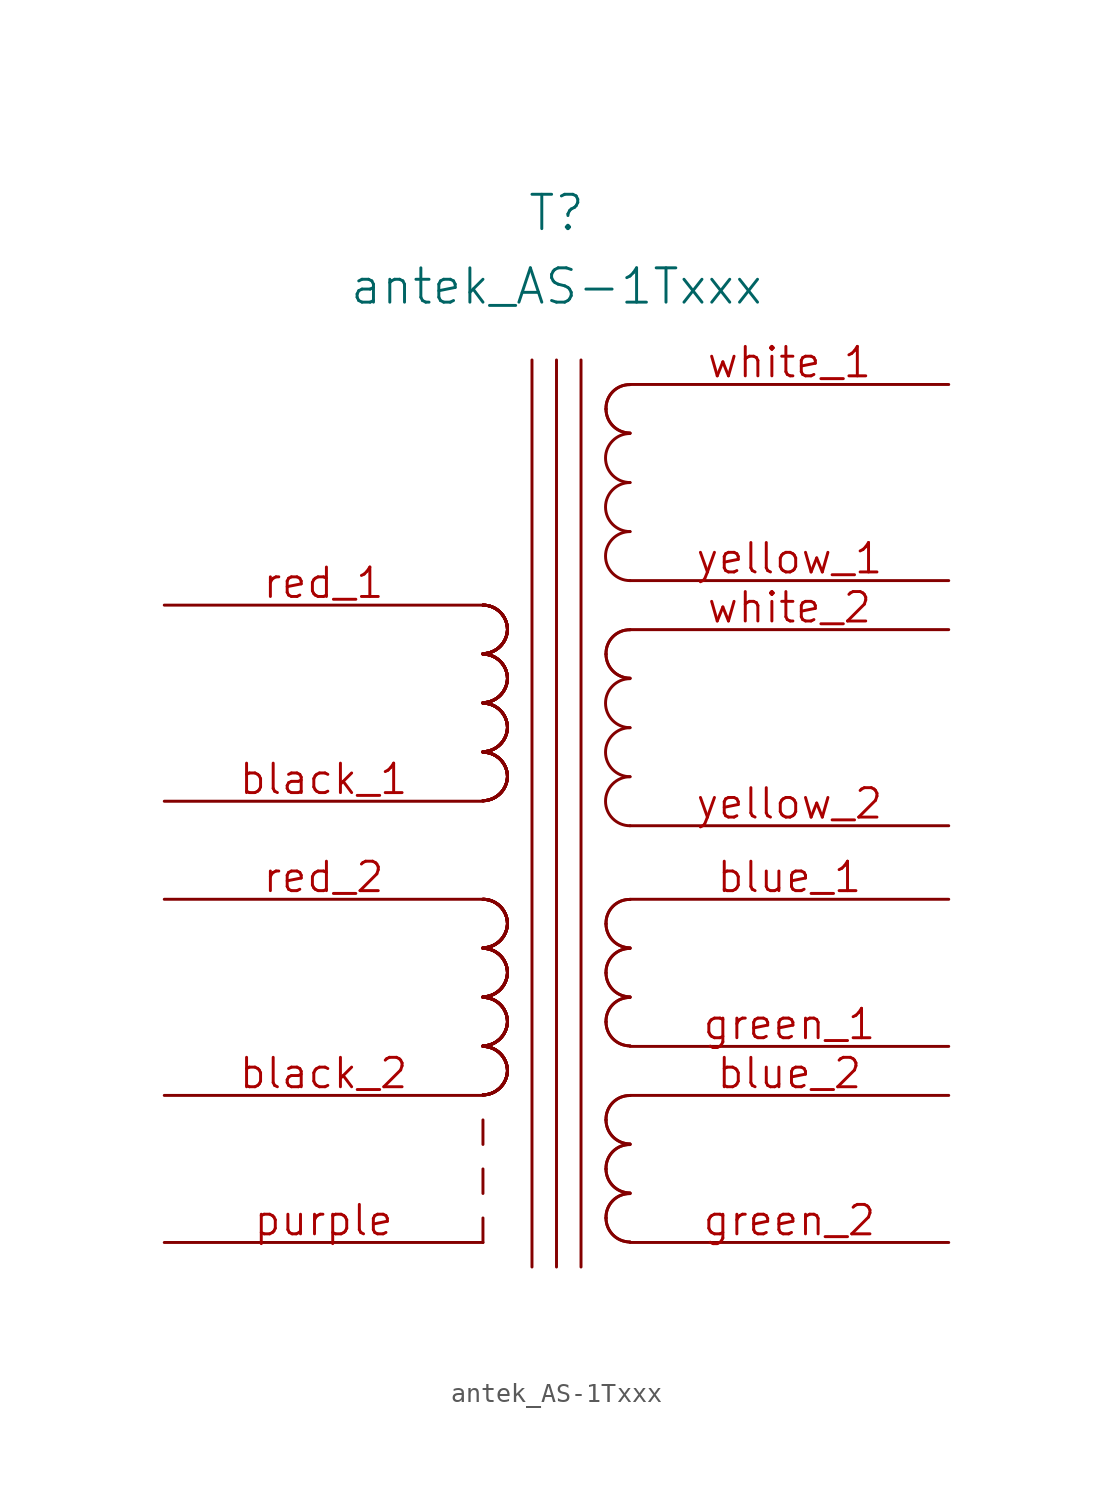
<source format=kicad_sym>
(kicad_symbol_lib
  (version 20211014)
  (generator kicad_symbol_editor)
  (symbol "antek_AS-1Txxx"
    (pin_names
      (offset 1.016) hide)
    (property "Reference" "T"
      (at 0 36.83 0)
      (effects (font (size 1.778 1.778))))
    (property "Value" "antek_AS-1Txxx"
      (at 0 33.02 0)
      (effects (font (size 1.778 1.778))))
    (property "Footprint" ""
      (at -0.635 1.905 0)
      (effects (font (size 1.524 1.524))))
    (property "Datasheet" ""
      (at -0.635 1.905 0)
      (effects (font (size 1.524 1.524))))
    (symbol "antek_AS-1Txxx_0_1"
      (arc (start -3.81 6.3754) (mid -2.9261 6.7437) (end -2.54 7.62) (stroke (width 0) (type default) (color 0 0 0 0)) (fill (type none)))
      (arc (start -3.81 6.3754) (mid -2.9261 6.7437) (end -2.54 7.62) (stroke (width 0) (type default) (color 0 0 0 0)) (fill (type none)))
      (arc (start -3.81 6.3754) (mid -2.9261 6.7437) (end -2.54 7.62) (stroke (width 0) (type default) (color 0 0 0 0)) (fill (type none)))
      (arc (start -3.81 6.3754) (mid -2.9261 6.7437) (end -2.54 7.62) (stroke (width 0) (type default) (color 0 0 0 0)) (fill (type none)))
      (arc (start -3.81 6.3754) (mid -2.9261 6.7437) (end -2.54 7.62) (stroke (width 0) (type default) (color 0 0 0 0)) (fill (type none)))
      (arc (start -3.81 6.3754) (mid -2.9261 6.7437) (end -2.54 7.62) (stroke (width 0) (type default) (color 0 0 0 0)) (fill (type none)))
      (arc (start -3.81 6.3754) (mid -2.9261 6.7437) (end -2.54 7.62) (stroke (width 0) (type default) (color 0 0 0 0)) (fill (type none)))
      (arc (start -3.81 6.3754) (mid -2.9261 6.7437) (end -2.54 7.62) (stroke (width 0) (type default) (color 0 0 0 0)) (fill (type none)))
      (arc (start -3.81 8.9154) (mid -2.9261 9.2837) (end -2.54 10.16) (stroke (width 0) (type default) (color 0 0 0 0)) (fill (type none)))
      (arc (start -3.81 8.9154) (mid -2.9261 9.2837) (end -2.54 10.16) (stroke (width 0) (type default) (color 0 0 0 0)) (fill (type none)))
      (arc (start -3.81 8.9154) (mid -2.9261 9.2837) (end -2.54 10.16) (stroke (width 0) (type default) (color 0 0 0 0)) (fill (type none)))
      (arc (start -3.81 8.9154) (mid -2.9261 9.2837) (end -2.54 10.16) (stroke (width 0) (type default) (color 0 0 0 0)) (fill (type none)))
      (arc (start -3.81 8.9154) (mid -2.9261 9.2837) (end -2.54 10.16) (stroke (width 0) (type default) (color 0 0 0 0)) (fill (type none)))
      (arc (start -3.81 8.9154) (mid -2.9261 9.2837) (end -2.54 10.16) (stroke (width 0) (type default) (color 0 0 0 0)) (fill (type none)))
      (arc (start -3.81 8.9154) (mid -2.9261 9.2837) (end -2.54 10.16) (stroke (width 0) (type default) (color 0 0 0 0)) (fill (type none)))
      (arc (start -3.81 8.9154) (mid -2.9261 9.2837) (end -2.54 10.16) (stroke (width 0) (type default) (color 0 0 0 0)) (fill (type none)))
      (arc (start -3.81 11.4554) (mid -2.9261 11.8237) (end -2.54 12.7) (stroke (width 0) (type default) (color 0 0 0 0)) (fill (type none)))
      (arc (start -3.81 11.4554) (mid -2.9261 11.8237) (end -2.54 12.7) (stroke (width 0) (type default) (color 0 0 0 0)) (fill (type none)))
      (arc (start -3.81 11.4554) (mid -2.9261 11.8237) (end -2.54 12.7) (stroke (width 0) (type default) (color 0 0 0 0)) (fill (type none)))
      (arc (start -3.81 11.4554) (mid -2.9261 11.8237) (end -2.54 12.7) (stroke (width 0) (type default) (color 0 0 0 0)) (fill (type none)))
      (arc (start -3.81 11.4554) (mid -2.9261 11.8237) (end -2.54 12.7) (stroke (width 0) (type default) (color 0 0 0 0)) (fill (type none)))
      (arc (start -3.81 11.4554) (mid -2.9261 11.8237) (end -2.54 12.7) (stroke (width 0) (type default) (color 0 0 0 0)) (fill (type none)))
      (arc (start -3.81 11.4554) (mid -2.9261 11.8237) (end -2.54 12.7) (stroke (width 0) (type default) (color 0 0 0 0)) (fill (type none)))
      (arc (start -3.81 11.4554) (mid -2.9261 11.8237) (end -2.54 12.7) (stroke (width 0) (type default) (color 0 0 0 0)) (fill (type none)))
      (arc (start -3.81 13.9954) (mid -2.9261 14.3637) (end -2.54 15.24) (stroke (width 0) (type default) (color 0 0 0 0)) (fill (type none)))
      (arc (start -3.81 13.9954) (mid -2.9261 14.3637) (end -2.54 15.24) (stroke (width 0) (type default) (color 0 0 0 0)) (fill (type none)))
      (arc (start -3.81 13.9954) (mid -2.9261 14.3637) (end -2.54 15.24) (stroke (width 0) (type default) (color 0 0 0 0)) (fill (type none)))
      (arc (start -3.81 13.9954) (mid -2.9261 14.3637) (end -2.54 15.24) (stroke (width 0) (type default) (color 0 0 0 0)) (fill (type none)))
      (arc (start -3.81 13.9954) (mid -2.9261 14.3637) (end -2.54 15.24) (stroke (width 0) (type default) (color 0 0 0 0)) (fill (type none)))
      (arc (start -3.81 13.9954) (mid -2.9261 14.3637) (end -2.54 15.24) (stroke (width 0) (type default) (color 0 0 0 0)) (fill (type none)))
      (arc (start -3.81 13.9954) (mid -2.9261 14.3637) (end -2.54 15.24) (stroke (width 0) (type default) (color 0 0 0 0)) (fill (type none)))
      (arc (start -3.81 13.9954) (mid -2.9261 14.3637) (end -2.54 15.24) (stroke (width 0) (type default) (color 0 0 0 0)) (fill (type none)))
      (arc (start -2.54 7.62) (mid -2.912 8.518) (end -3.81 8.89) (stroke (width 0) (type default) (color 0 0 0 0)) (fill (type none)))
      (arc (start -2.54 7.62) (mid -2.912 8.518) (end -3.81 8.89) (stroke (width 0) (type default) (color 0 0 0 0)) (fill (type none)))
      (arc (start -2.54 7.62) (mid -2.912 8.518) (end -3.81 8.89) (stroke (width 0) (type default) (color 0 0 0 0)) (fill (type none)))
      (arc (start -2.54 7.62) (mid -2.912 8.518) (end -3.81 8.89) (stroke (width 0) (type default) (color 0 0 0 0)) (fill (type none)))
      (arc (start -2.54 7.62) (mid -2.912 8.518) (end -3.81 8.89) (stroke (width 0) (type default) (color 0 0 0 0)) (fill (type none)))
      (arc (start -2.54 7.62) (mid -2.912 8.518) (end -3.81 8.89) (stroke (width 0) (type default) (color 0 0 0 0)) (fill (type none)))
      (arc (start -2.54 7.62) (mid -2.912 8.518) (end -3.81 8.89) (stroke (width 0) (type default) (color 0 0 0 0)) (fill (type none)))
      (arc (start -2.54 7.62) (mid -2.912 8.518) (end -3.81 8.89) (stroke (width 0) (type default) (color 0 0 0 0)) (fill (type none)))
      (arc (start -2.54 10.16) (mid -2.912 11.058) (end -3.81 11.43) (stroke (width 0) (type default) (color 0 0 0 0)) (fill (type none)))
      (arc (start -2.54 10.16) (mid -2.912 11.058) (end -3.81 11.43) (stroke (width 0) (type default) (color 0 0 0 0)) (fill (type none)))
      (arc (start -2.54 10.16) (mid -2.912 11.058) (end -3.81 11.43) (stroke (width 0) (type default) (color 0 0 0 0)) (fill (type none)))
      (arc (start -2.54 10.16) (mid -2.912 11.058) (end -3.81 11.43) (stroke (width 0) (type default) (color 0 0 0 0)) (fill (type none)))
      (arc (start -2.54 10.16) (mid -2.912 11.058) (end -3.81 11.43) (stroke (width 0) (type default) (color 0 0 0 0)) (fill (type none)))
      (arc (start -2.54 10.16) (mid -2.912 11.058) (end -3.81 11.43) (stroke (width 0) (type default) (color 0 0 0 0)) (fill (type none)))
      (arc (start -2.54 10.16) (mid -2.912 11.058) (end -3.81 11.43) (stroke (width 0) (type default) (color 0 0 0 0)) (fill (type none)))
      (arc (start -2.54 10.16) (mid -2.912 11.058) (end -3.81 11.43) (stroke (width 0) (type default) (color 0 0 0 0)) (fill (type none)))
      (arc (start -2.54 12.7) (mid -2.912 13.598) (end -3.81 13.97) (stroke (width 0) (type default) (color 0 0 0 0)) (fill (type none)))
      (arc (start -2.54 12.7) (mid -2.912 13.598) (end -3.81 13.97) (stroke (width 0) (type default) (color 0 0 0 0)) (fill (type none)))
      (arc (start -2.54 12.7) (mid -2.912 13.598) (end -3.81 13.97) (stroke (width 0) (type default) (color 0 0 0 0)) (fill (type none)))
      (arc (start -2.54 12.7) (mid -2.912 13.598) (end -3.81 13.97) (stroke (width 0) (type default) (color 0 0 0 0)) (fill (type none)))
      (arc (start -2.54 12.7) (mid -2.912 13.598) (end -3.81 13.97) (stroke (width 0) (type default) (color 0 0 0 0)) (fill (type none)))
      (arc (start -2.54 12.7) (mid -2.912 13.598) (end -3.81 13.97) (stroke (width 0) (type default) (color 0 0 0 0)) (fill (type none)))
      (arc (start -2.54 12.7) (mid -2.912 13.598) (end -3.81 13.97) (stroke (width 0) (type default) (color 0 0 0 0)) (fill (type none)))
      (arc (start -2.54 12.7) (mid -2.912 13.598) (end -3.81 13.97) (stroke (width 0) (type default) (color 0 0 0 0)) (fill (type none)))
      (arc (start -2.54 15.24) (mid -2.912 16.138) (end -3.81 16.51) (stroke (width 0) (type default) (color 0 0 0 0)) (fill (type none)))
      (arc (start -2.54 15.24) (mid -2.912 16.138) (end -3.81 16.51) (stroke (width 0) (type default) (color 0 0 0 0)) (fill (type none)))
      (arc (start -2.54 15.24) (mid -2.912 16.138) (end -3.81 16.51) (stroke (width 0) (type default) (color 0 0 0 0)) (fill (type none)))
      (arc (start -2.54 15.24) (mid -2.912 16.138) (end -3.81 16.51) (stroke (width 0) (type default) (color 0 0 0 0)) (fill (type none)))
      (arc (start -2.54 15.24) (mid -2.912 16.138) (end -3.81 16.51) (stroke (width 0) (type default) (color 0 0 0 0)) (fill (type none)))
      (arc (start -2.54 15.24) (mid -2.912 16.138) (end -3.81 16.51) (stroke (width 0) (type default) (color 0 0 0 0)) (fill (type none)))
      (arc (start -2.54 15.24) (mid -2.912 16.138) (end -3.81 16.51) (stroke (width 0) (type default) (color 0 0 0 0)) (fill (type none)))
      (arc (start -2.54 15.24) (mid -2.912 16.138) (end -3.81 16.51) (stroke (width 0) (type default) (color 0 0 0 0)) (fill (type none)))
      (polyline (pts (xy -3.81 -16.51) (xy -3.81 -15.24)) (stroke (width 0) (type default) (color 0 0 0 0)) (fill (type none)))
      (polyline (pts (xy -3.81 -13.97) (xy -3.81 -12.7)) (stroke (width 0) (type default) (color 0 0 0 0)) (fill (type none)))
      (polyline (pts (xy -3.81 -11.43) (xy -3.81 -10.16)) (stroke (width 0) (type default) (color 0 0 0 0)) (fill (type none)))
      (polyline (pts (xy 1.27 -17.78) (xy 1.27 29.21)) (stroke (width 0) (type default) (color 0 0 0 0)) (fill (type none)))
      (arc (start 2.5654 -15.24) (mid 2.9299 -16.1201) (end 3.81 -16.4846) (stroke (width 0) (type default) (color 0 0 0 0)) (fill (type none)))
      (arc (start 2.5654 -15.24) (mid 2.9299 -16.1201) (end 3.81 -16.4846) (stroke (width 0) (type default) (color 0 0 0 0)) (fill (type none)))
      (arc (start 2.5654 -12.7) (mid 2.9299 -13.5801) (end 3.81 -13.9446) (stroke (width 0) (type default) (color 0 0 0 0)) (fill (type none)))
      (arc (start 2.5654 -12.7) (mid 2.9299 -13.5801) (end 3.81 -13.9446) (stroke (width 0) (type default) (color 0 0 0 0)) (fill (type none)))
      (arc (start 2.5654 -10.16) (mid 2.9299 -11.0401) (end 3.81 -11.4046) (stroke (width 0) (type default) (color 0 0 0 0)) (fill (type none)))
      (arc (start 2.5654 -10.16) (mid 2.9299 -11.0401) (end 3.81 -11.4046) (stroke (width 0) (type default) (color 0 0 0 0)) (fill (type none)))
      (arc (start 2.5654 13.97) (mid 2.9299 13.0899) (end 3.81 12.7254) (stroke (width 0) (type default) (color 0 0 0 0)) (fill (type none)))
      (arc (start 2.5654 13.97) (mid 2.9299 13.0899) (end 3.81 12.7254) (stroke (width 0) (type default) (color 0 0 0 0)) (fill (type none)))
      (arc (start 3.81 -13.97) (mid 2.9156 -14.3383) (end 2.5654 -15.24) (stroke (width 0) (type default) (color 0 0 0 0)) (fill (type none)))
      (arc (start 3.81 -13.97) (mid 2.9156 -14.3383) (end 2.5654 -15.24) (stroke (width 0) (type default) (color 0 0 0 0)) (fill (type none)))
      (arc (start 3.81 -11.43) (mid 2.9156 -11.7983) (end 2.5654 -12.7) (stroke (width 0) (type default) (color 0 0 0 0)) (fill (type none)))
      (arc (start 3.81 -11.43) (mid 2.9156 -11.7983) (end 2.5654 -12.7) (stroke (width 0) (type default) (color 0 0 0 0)) (fill (type none)))
      (arc (start 3.81 -8.89) (mid 2.9156 -9.2583) (end 2.5654 -10.16) (stroke (width 0) (type default) (color 0 0 0 0)) (fill (type none)))
      (arc (start 3.81 -8.89) (mid 2.9156 -9.2583) (end 2.5654 -10.16) (stroke (width 0) (type default) (color 0 0 0 0)) (fill (type none)))
      (arc (start 3.81 7.62) (mid 2.54 6.35) (end 3.81 5.08) (stroke (width 0) (type default) (color 0 0 0 0)) (fill (type none)))
      (arc (start 3.81 10.16) (mid 2.54 8.89) (end 3.81 7.62) (stroke (width 0) (type default) (color 0 0 0 0)) (fill (type none)))
      (arc (start 3.81 12.7) (mid 2.54 11.43) (end 3.81 10.16) (stroke (width 0) (type default) (color 0 0 0 0)) (fill (type none)))
      (arc (start 3.81 15.24) (mid 2.9156 14.8717) (end 2.5654 13.97) (stroke (width 0) (type default) (color 0 0 0 0)) (fill (type none)))
      (arc (start 3.81 15.24) (mid 2.9156 14.8717) (end 2.5654 13.97) (stroke (width 0) (type default) (color 0 0 0 0)) (fill (type none))))
    (symbol "antek_AS-1Txxx_1_1"
      (arc (start -3.81 -8.8646) (mid -2.9261 -8.4963) (end -2.54 -7.62) (stroke (width 0) (type default) (color 0 0 0 0)) (fill (type none)))
      (arc (start -3.81 -8.8646) (mid -2.9261 -8.4963) (end -2.54 -7.62) (stroke (width 0) (type default) (color 0 0 0 0)) (fill (type none)))
      (arc (start -3.81 -8.8646) (mid -2.9261 -8.4963) (end -2.54 -7.62) (stroke (width 0) (type default) (color 0 0 0 0)) (fill (type none)))
      (arc (start -3.81 -8.8646) (mid -2.9261 -8.4963) (end -2.54 -7.62) (stroke (width 0) (type default) (color 0 0 0 0)) (fill (type none)))
      (arc (start -3.81 -8.8646) (mid -2.9261 -8.4963) (end -2.54 -7.62) (stroke (width 0) (type default) (color 0 0 0 0)) (fill (type none)))
      (arc (start -3.81 -8.8646) (mid -2.9261 -8.4963) (end -2.54 -7.62) (stroke (width 0) (type default) (color 0 0 0 0)) (fill (type none)))
      (arc (start -3.81 -8.8646) (mid -2.9261 -8.4963) (end -2.54 -7.62) (stroke (width 0) (type default) (color 0 0 0 0)) (fill (type none)))
      (arc (start -3.81 -8.8646) (mid -2.9261 -8.4963) (end -2.54 -7.62) (stroke (width 0) (type default) (color 0 0 0 0)) (fill (type none)))
      (arc (start -3.81 -6.3246) (mid -2.9261 -5.9563) (end -2.54 -5.08) (stroke (width 0) (type default) (color 0 0 0 0)) (fill (type none)))
      (arc (start -3.81 -6.3246) (mid -2.9261 -5.9563) (end -2.54 -5.08) (stroke (width 0) (type default) (color 0 0 0 0)) (fill (type none)))
      (arc (start -3.81 -6.3246) (mid -2.9261 -5.9563) (end -2.54 -5.08) (stroke (width 0) (type default) (color 0 0 0 0)) (fill (type none)))
      (arc (start -3.81 -6.3246) (mid -2.9261 -5.9563) (end -2.54 -5.08) (stroke (width 0) (type default) (color 0 0 0 0)) (fill (type none)))
      (arc (start -3.81 -6.3246) (mid -2.9261 -5.9563) (end -2.54 -5.08) (stroke (width 0) (type default) (color 0 0 0 0)) (fill (type none)))
      (arc (start -3.81 -6.3246) (mid -2.9261 -5.9563) (end -2.54 -5.08) (stroke (width 0) (type default) (color 0 0 0 0)) (fill (type none)))
      (arc (start -3.81 -6.3246) (mid -2.9261 -5.9563) (end -2.54 -5.08) (stroke (width 0) (type default) (color 0 0 0 0)) (fill (type none)))
      (arc (start -3.81 -6.3246) (mid -2.9261 -5.9563) (end -2.54 -5.08) (stroke (width 0) (type default) (color 0 0 0 0)) (fill (type none)))
      (arc (start -3.81 -3.7846) (mid -2.9261 -3.4163) (end -2.54 -2.54) (stroke (width 0) (type default) (color 0 0 0 0)) (fill (type none)))
      (arc (start -3.81 -3.7846) (mid -2.9261 -3.4163) (end -2.54 -2.54) (stroke (width 0) (type default) (color 0 0 0 0)) (fill (type none)))
      (arc (start -3.81 -3.7846) (mid -2.9261 -3.4163) (end -2.54 -2.54) (stroke (width 0) (type default) (color 0 0 0 0)) (fill (type none)))
      (arc (start -3.81 -3.7846) (mid -2.9261 -3.4163) (end -2.54 -2.54) (stroke (width 0) (type default) (color 0 0 0 0)) (fill (type none)))
      (arc (start -3.81 -3.7846) (mid -2.9261 -3.4163) (end -2.54 -2.54) (stroke (width 0) (type default) (color 0 0 0 0)) (fill (type none)))
      (arc (start -3.81 -3.7846) (mid -2.9261 -3.4163) (end -2.54 -2.54) (stroke (width 0) (type default) (color 0 0 0 0)) (fill (type none)))
      (arc (start -3.81 -3.7846) (mid -2.9261 -3.4163) (end -2.54 -2.54) (stroke (width 0) (type default) (color 0 0 0 0)) (fill (type none)))
      (arc (start -3.81 -3.7846) (mid -2.9261 -3.4163) (end -2.54 -2.54) (stroke (width 0) (type default) (color 0 0 0 0)) (fill (type none)))
      (arc (start -3.81 -1.2446) (mid -2.9261 -0.8763) (end -2.54 0) (stroke (width 0) (type default) (color 0 0 0 0)) (fill (type none)))
      (arc (start -3.81 -1.2446) (mid -2.9261 -0.8763) (end -2.54 0) (stroke (width 0) (type default) (color 0 0 0 0)) (fill (type none)))
      (arc (start -3.81 -1.2446) (mid -2.9261 -0.8763) (end -2.54 0) (stroke (width 0) (type default) (color 0 0 0 0)) (fill (type none)))
      (arc (start -3.81 -1.2446) (mid -2.9261 -0.8763) (end -2.54 0) (stroke (width 0) (type default) (color 0 0 0 0)) (fill (type none)))
      (arc (start -3.81 -1.2446) (mid -2.9261 -0.8763) (end -2.54 0) (stroke (width 0) (type default) (color 0 0 0 0)) (fill (type none)))
      (arc (start -3.81 -1.2446) (mid -2.9261 -0.8763) (end -2.54 0) (stroke (width 0) (type default) (color 0 0 0 0)) (fill (type none)))
      (arc (start -3.81 -1.2446) (mid -2.9261 -0.8763) (end -2.54 0) (stroke (width 0) (type default) (color 0 0 0 0)) (fill (type none)))
      (arc (start -3.81 -1.2446) (mid -2.9261 -0.8763) (end -2.54 0) (stroke (width 0) (type default) (color 0 0 0 0)) (fill (type none)))
      (arc (start -2.54 -7.62) (mid -2.912 -6.722) (end -3.81 -6.35) (stroke (width 0) (type default) (color 0 0 0 0)) (fill (type none)))
      (arc (start -2.54 -7.62) (mid -2.912 -6.722) (end -3.81 -6.35) (stroke (width 0) (type default) (color 0 0 0 0)) (fill (type none)))
      (arc (start -2.54 -7.62) (mid -2.912 -6.722) (end -3.81 -6.35) (stroke (width 0) (type default) (color 0 0 0 0)) (fill (type none)))
      (arc (start -2.54 -7.62) (mid -2.912 -6.722) (end -3.81 -6.35) (stroke (width 0) (type default) (color 0 0 0 0)) (fill (type none)))
      (arc (start -2.54 -7.62) (mid -2.912 -6.722) (end -3.81 -6.35) (stroke (width 0) (type default) (color 0 0 0 0)) (fill (type none)))
      (arc (start -2.54 -7.62) (mid -2.912 -6.722) (end -3.81 -6.35) (stroke (width 0) (type default) (color 0 0 0 0)) (fill (type none)))
      (arc (start -2.54 -7.62) (mid -2.912 -6.722) (end -3.81 -6.35) (stroke (width 0) (type default) (color 0 0 0 0)) (fill (type none)))
      (arc (start -2.54 -7.62) (mid -2.912 -6.722) (end -3.81 -6.35) (stroke (width 0) (type default) (color 0 0 0 0)) (fill (type none)))
      (arc (start -2.54 -5.08) (mid -2.912 -4.182) (end -3.81 -3.81) (stroke (width 0) (type default) (color 0 0 0 0)) (fill (type none)))
      (arc (start -2.54 -5.08) (mid -2.912 -4.182) (end -3.81 -3.81) (stroke (width 0) (type default) (color 0 0 0 0)) (fill (type none)))
      (arc (start -2.54 -5.08) (mid -2.912 -4.182) (end -3.81 -3.81) (stroke (width 0) (type default) (color 0 0 0 0)) (fill (type none)))
      (arc (start -2.54 -5.08) (mid -2.912 -4.182) (end -3.81 -3.81) (stroke (width 0) (type default) (color 0 0 0 0)) (fill (type none)))
      (arc (start -2.54 -5.08) (mid -2.912 -4.182) (end -3.81 -3.81) (stroke (width 0) (type default) (color 0 0 0 0)) (fill (type none)))
      (arc (start -2.54 -5.08) (mid -2.912 -4.182) (end -3.81 -3.81) (stroke (width 0) (type default) (color 0 0 0 0)) (fill (type none)))
      (arc (start -2.54 -5.08) (mid -2.912 -4.182) (end -3.81 -3.81) (stroke (width 0) (type default) (color 0 0 0 0)) (fill (type none)))
      (arc (start -2.54 -5.08) (mid -2.912 -4.182) (end -3.81 -3.81) (stroke (width 0) (type default) (color 0 0 0 0)) (fill (type none)))
      (arc (start -2.54 -2.54) (mid -2.912 -1.642) (end -3.81 -1.27) (stroke (width 0) (type default) (color 0 0 0 0)) (fill (type none)))
      (arc (start -2.54 -2.54) (mid -2.912 -1.642) (end -3.81 -1.27) (stroke (width 0) (type default) (color 0 0 0 0)) (fill (type none)))
      (arc (start -2.54 -2.54) (mid -2.912 -1.642) (end -3.81 -1.27) (stroke (width 0) (type default) (color 0 0 0 0)) (fill (type none)))
      (arc (start -2.54 -2.54) (mid -2.912 -1.642) (end -3.81 -1.27) (stroke (width 0) (type default) (color 0 0 0 0)) (fill (type none)))
      (arc (start -2.54 -2.54) (mid -2.912 -1.642) (end -3.81 -1.27) (stroke (width 0) (type default) (color 0 0 0 0)) (fill (type none)))
      (arc (start -2.54 -2.54) (mid -2.912 -1.642) (end -3.81 -1.27) (stroke (width 0) (type default) (color 0 0 0 0)) (fill (type none)))
      (arc (start -2.54 -2.54) (mid -2.912 -1.642) (end -3.81 -1.27) (stroke (width 0) (type default) (color 0 0 0 0)) (fill (type none)))
      (arc (start -2.54 -2.54) (mid -2.912 -1.642) (end -3.81 -1.27) (stroke (width 0) (type default) (color 0 0 0 0)) (fill (type none)))
      (arc (start -2.54 0) (mid -2.912 0.898) (end -3.81 1.27) (stroke (width 0) (type default) (color 0 0 0 0)) (fill (type none)))
      (arc (start -2.54 0) (mid -2.912 0.898) (end -3.81 1.27) (stroke (width 0) (type default) (color 0 0 0 0)) (fill (type none)))
      (arc (start -2.54 0) (mid -2.912 0.898) (end -3.81 1.27) (stroke (width 0) (type default) (color 0 0 0 0)) (fill (type none)))
      (arc (start -2.54 0) (mid -2.912 0.898) (end -3.81 1.27) (stroke (width 0) (type default) (color 0 0 0 0)) (fill (type none)))
      (arc (start -2.54 0) (mid -2.912 0.898) (end -3.81 1.27) (stroke (width 0) (type default) (color 0 0 0 0)) (fill (type none)))
      (arc (start -2.54 0) (mid -2.912 0.898) (end -3.81 1.27) (stroke (width 0) (type default) (color 0 0 0 0)) (fill (type none)))
      (arc (start -2.54 0) (mid -2.912 0.898) (end -3.81 1.27) (stroke (width 0) (type default) (color 0 0 0 0)) (fill (type none)))
      (arc (start -2.54 0) (mid -2.912 0.898) (end -3.81 1.27) (stroke (width 0) (type default) (color 0 0 0 0)) (fill (type none)))
      (polyline (pts (xy -1.27 -17.78) (xy -1.27 29.21)) (stroke (width 0) (type default) (color 0 0 0 0)) (fill (type none)))
      (polyline (pts (xy 0 -17.78) (xy 0 29.21)) (stroke (width 0) (type default) (color 0 0 0 0)) (fill (type none)))
      (arc (start 2.5654 -5.08) (mid 2.9299 -5.9601) (end 3.81 -6.3246) (stroke (width 0) (type default) (color 0 0 0 0)) (fill (type none)))
      (arc (start 2.5654 -5.08) (mid 2.9299 -5.9601) (end 3.81 -6.3246) (stroke (width 0) (type default) (color 0 0 0 0)) (fill (type none)))
      (arc (start 2.5654 -2.54) (mid 2.9299 -3.4201) (end 3.81 -3.7846) (stroke (width 0) (type default) (color 0 0 0 0)) (fill (type none)))
      (arc (start 2.5654 -2.54) (mid 2.9299 -3.4201) (end 3.81 -3.7846) (stroke (width 0) (type default) (color 0 0 0 0)) (fill (type none)))
      (arc (start 2.5654 0) (mid 2.9299 -0.8801) (end 3.81 -1.2446) (stroke (width 0) (type default) (color 0 0 0 0)) (fill (type none)))
      (arc (start 2.5654 0) (mid 2.9299 -0.8801) (end 3.81 -1.2446) (stroke (width 0) (type default) (color 0 0 0 0)) (fill (type none)))
      (arc (start 2.5654 26.67) (mid 2.9299 25.7899) (end 3.81 25.4254) (stroke (width 0) (type default) (color 0 0 0 0)) (fill (type none)))
      (arc (start 2.5654 26.67) (mid 2.9299 25.7899) (end 3.81 25.4254) (stroke (width 0) (type default) (color 0 0 0 0)) (fill (type none)))
      (arc (start 3.81 -3.81) (mid 2.9156 -4.1783) (end 2.5654 -5.08) (stroke (width 0) (type default) (color 0 0 0 0)) (fill (type none)))
      (arc (start 3.81 -3.81) (mid 2.9156 -4.1783) (end 2.5654 -5.08) (stroke (width 0) (type default) (color 0 0 0 0)) (fill (type none)))
      (arc (start 3.81 -1.27) (mid 2.9156 -1.6383) (end 2.5654 -2.54) (stroke (width 0) (type default) (color 0 0 0 0)) (fill (type none)))
      (arc (start 3.81 -1.27) (mid 2.9156 -1.6383) (end 2.5654 -2.54) (stroke (width 0) (type default) (color 0 0 0 0)) (fill (type none)))
      (arc (start 3.81 1.27) (mid 2.9156 0.9017) (end 2.5654 0) (stroke (width 0) (type default) (color 0 0 0 0)) (fill (type none)))
      (arc (start 3.81 1.27) (mid 2.9156 0.9017) (end 2.5654 0) (stroke (width 0) (type default) (color 0 0 0 0)) (fill (type none)))
      (arc (start 3.81 20.32) (mid 2.54 19.05) (end 3.81 17.78) (stroke (width 0) (type default) (color 0 0 0 0)) (fill (type none)))
      (arc (start 3.81 22.86) (mid 2.54 21.59) (end 3.81 20.32) (stroke (width 0) (type default) (color 0 0 0 0)) (fill (type none)))
      (arc (start 3.81 25.4) (mid 2.54 24.13) (end 3.81 22.86) (stroke (width 0) (type default) (color 0 0 0 0)) (fill (type none)))
      (arc (start 3.81 27.94) (mid 2.9156 27.5717) (end 2.5654 26.67) (stroke (width 0) (type default) (color 0 0 0 0)) (fill (type none)))
      (arc (start 3.81 27.94) (mid 2.9156 27.5717) (end 2.5654 26.67) (stroke (width 0) (type default) (color 0 0 0 0)) (fill (type none)))
      (pin passive line (at -20.32 6.35 0) (length 16.51) (name "~" (effects (font (size 1.524 1.524)))) (number "black_1" (effects (font (size 1.524 1.524)))))
      (pin passive line (at -20.32 -8.89 0) (length 16.51) (name "~" (effects (font (size 1.524 1.524)))) (number "black_2" (effects (font (size 1.524 1.524)))))
      (pin passive line (at 20.32 1.27 180) (length 16.51) (name "~" (effects (font (size 1.524 1.524)))) (number "blue_1" (effects (font (size 1.524 1.524)))))
      (pin passive line (at 20.32 -8.89 180) (length 16.51) (name "~" (effects (font (size 1.524 1.524)))) (number "blue_2" (effects (font (size 1.524 1.524)))))
      (pin passive line (at 20.32 -6.35 180) (length 16.51) (name "~" (effects (font (size 1.524 1.524)))) (number "green_1" (effects (font (size 1.524 1.524)))))
      (pin passive line (at 20.32 -16.51 180) (length 16.51) (name "~" (effects (font (size 1.524 1.524)))) (number "green_2" (effects (font (size 1.524 1.524)))))
      (pin passive line (at -20.32 -16.51 0) (length 16.51) (name "~" (effects (font (size 1.524 1.524)))) (number "purple" (effects (font (size 1.524 1.524)))))
      (pin passive line (at -20.32 16.51 0) (length 16.51) (name "~" (effects (font (size 1.524 1.524)))) (number "red_1" (effects (font (size 1.524 1.524)))))
      (pin passive line (at -20.32 1.27 0) (length 16.51) (name "~" (effects (font (size 1.524 1.524)))) (number "red_2" (effects (font (size 1.524 1.524)))))
      (pin passive line (at 20.32 27.94 180) (length 16.51) (name "~" (effects (font (size 1.524 1.524)))) (number "white_1" (effects (font (size 1.524 1.524)))))
      (pin passive line (at 20.32 15.24 180) (length 16.51) (name "~" (effects (font (size 1.524 1.524)))) (number "white_2" (effects (font (size 1.524 1.524)))))
      (pin passive line (at 20.32 17.78 180) (length 16.51) (name "~" (effects (font (size 1.524 1.524)))) (number "yellow_1" (effects (font (size 1.524 1.524)))))
      (pin passive line (at 20.32 5.08 180) (length 16.51) (name "~" (effects (font (size 1.524 1.524)))) (number "yellow_2" (effects (font (size 1.524 1.524))))))))
</source>
